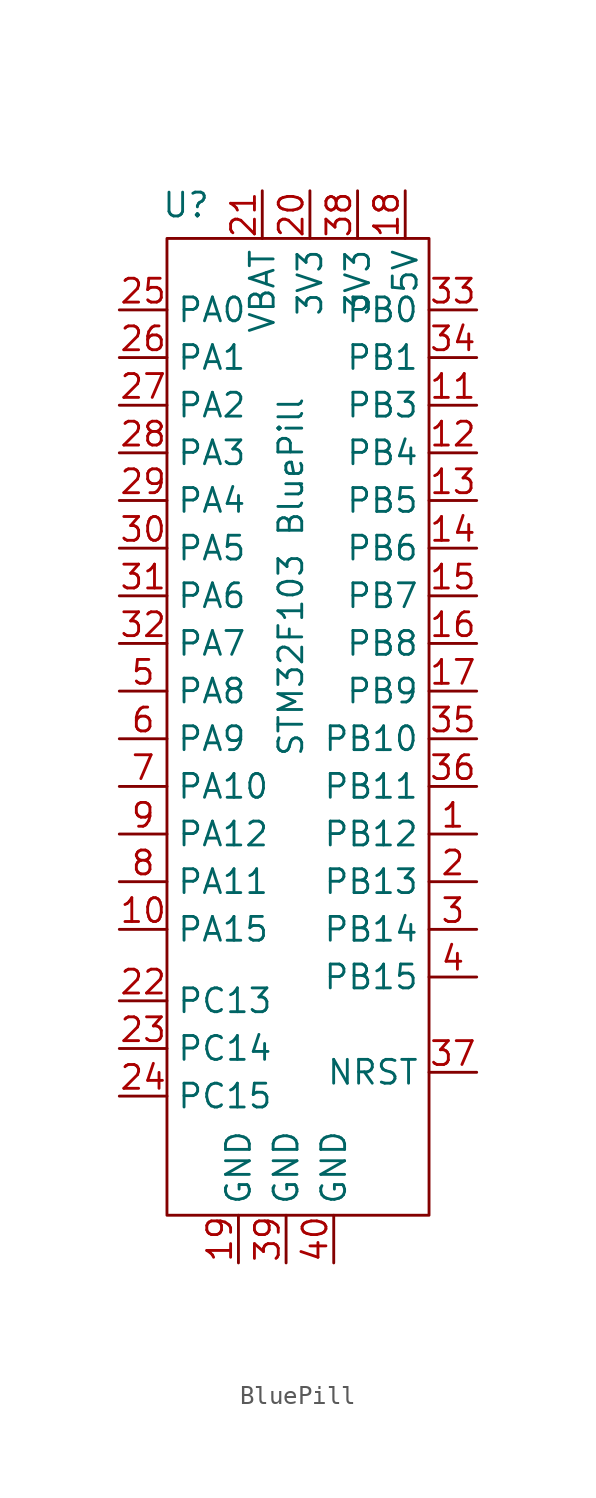
<source format=kicad_sym>
(kicad_symbol_lib
  (version 20231120)
  (generator "kicad_symbol_editor")
  (generator_version "8.0")
  (symbol "BluePill"
    (property "Reference" "U"
      (at -6.604 -0.762 0)
      (effects (font (size 1.27 1.27))))
    (property "Value" "STM32F103 BluePill"
      (at -1.016 -20.574 90)
      (effects (font (size 1.27 1.27))))
    (symbol "BluePill_0_1"
      (rectangle (start -7.62 -2.54) (end 6.35 -54.61) (stroke (width 0) (type default)) (fill (type none))))
    (symbol "BluePill_1_1"
      (pin bidirectional line (at 8.89 -34.29 180) (length 2.54) (name "PB12" (effects (font (size 1.27 1.27)))) (number "1" (effects (font (size 1.27 1.27)))))
      (pin bidirectional line (at -10.16 -39.37 0) (length 2.54) (name "PA15" (effects (font (size 1.27 1.27)))) (number "10" (effects (font (size 1.27 1.27)))))
      (pin bidirectional line (at 8.89 -11.43 180) (length 2.54) (name "PB3" (effects (font (size 1.27 1.27)))) (number "11" (effects (font (size 1.27 1.27)))))
      (pin bidirectional line (at 8.89 -13.97 180) (length 2.54) (name "PB4" (effects (font (size 1.27 1.27)))) (number "12" (effects (font (size 1.27 1.27)))))
      (pin bidirectional line (at 8.89 -16.51 180) (length 2.54) (name "PB5" (effects (font (size 1.27 1.27)))) (number "13" (effects (font (size 1.27 1.27)))))
      (pin bidirectional line (at 8.89 -19.05 180) (length 2.54) (name "PB6" (effects (font (size 1.27 1.27)))) (number "14" (effects (font (size 1.27 1.27)))))
      (pin bidirectional line (at 8.89 -21.59 180) (length 2.54) (name "PB7" (effects (font (size 1.27 1.27)))) (number "15" (effects (font (size 1.27 1.27)))))
      (pin bidirectional line (at 8.89 -24.13 180) (length 2.54) (name "PB8" (effects (font (size 1.27 1.27)))) (number "16" (effects (font (size 1.27 1.27)))))
      (pin bidirectional line (at 8.89 -26.67 180) (length 2.54) (name "PB9" (effects (font (size 1.27 1.27)))) (number "17" (effects (font (size 1.27 1.27)))))
      (pin input line (at 5.08 0 270) (length 2.54) (name "5V" (effects (font (size 1.27 1.27)))) (number "18" (effects (font (size 1.27 1.27)))))
      (pin power_in line (at -3.81 -57.15 90) (length 2.54) (name "GND" (effects (font (size 1.27 1.27)))) (number "19" (effects (font (size 1.27 1.27)))))
      (pin bidirectional line (at 8.89 -36.83 180) (length 2.54) (name "PB13" (effects (font (size 1.27 1.27)))) (number "2" (effects (font (size 1.27 1.27)))))
      (pin power_out line (at 0 0 270) (length 2.54) (name "3V3" (effects (font (size 1.27 1.27)))) (number "20" (effects (font (size 1.27 1.27)))))
      (pin power_in line (at -2.54 0 270) (length 2.54) (name "VBAT" (effects (font (size 1.27 1.27)))) (number "21" (effects (font (size 1.27 1.27)))))
      (pin bidirectional line (at -10.16 -43.18 0) (length 2.54) (name "PC13" (effects (font (size 1.27 1.27)))) (number "22" (effects (font (size 1.27 1.27)))))
      (pin bidirectional line (at -10.16 -45.72 0) (length 2.54) (name "PC14" (effects (font (size 1.27 1.27)))) (number "23" (effects (font (size 1.27 1.27)))))
      (pin bidirectional line (at -10.16 -48.26 0) (length 2.54) (name "PC15" (effects (font (size 1.27 1.27)))) (number "24" (effects (font (size 1.27 1.27)))))
      (pin bidirectional line (at -10.16 -6.35 0) (length 2.54) (name "PA0" (effects (font (size 1.27 1.27)))) (number "25" (effects (font (size 1.27 1.27)))))
      (pin bidirectional line (at -10.16 -8.89 0) (length 2.54) (name "PA1" (effects (font (size 1.27 1.27)))) (number "26" (effects (font (size 1.27 1.27)))))
      (pin bidirectional line (at -10.16 -11.43 0) (length 2.54) (name "PA2" (effects (font (size 1.27 1.27)))) (number "27" (effects (font (size 1.27 1.27)))))
      (pin bidirectional line (at -10.16 -13.97 0) (length 2.54) (name "PA3" (effects (font (size 1.27 1.27)))) (number "28" (effects (font (size 1.27 1.27)))))
      (pin bidirectional line (at -10.16 -16.51 0) (length 2.54) (name "PA4" (effects (font (size 1.27 1.27)))) (number "29" (effects (font (size 1.27 1.27)))))
      (pin bidirectional line (at 8.89 -39.37 180) (length 2.54) (name "PB14" (effects (font (size 1.27 1.27)))) (number "3" (effects (font (size 1.27 1.27)))))
      (pin bidirectional line (at -10.16 -19.05 0) (length 2.54) (name "PA5" (effects (font (size 1.27 1.27)))) (number "30" (effects (font (size 1.27 1.27)))))
      (pin bidirectional line (at -10.16 -21.59 0) (length 2.54) (name "PA6" (effects (font (size 1.27 1.27)))) (number "31" (effects (font (size 1.27 1.27)))))
      (pin bidirectional line (at -10.16 -24.13 0) (length 2.54) (name "PA7" (effects (font (size 1.27 1.27)))) (number "32" (effects (font (size 1.27 1.27)))))
      (pin bidirectional line (at 8.89 -6.35 180) (length 2.54) (name "PB0" (effects (font (size 1.27 1.27)))) (number "33" (effects (font (size 1.27 1.27)))))
      (pin bidirectional line (at 8.89 -8.89 180) (length 2.54) (name "PB1" (effects (font (size 1.27 1.27)))) (number "34" (effects (font (size 1.27 1.27)))))
      (pin bidirectional line (at 8.89 -29.21 180) (length 2.54) (name "PB10" (effects (font (size 1.27 1.27)))) (number "35" (effects (font (size 1.27 1.27)))))
      (pin bidirectional line (at 8.89 -31.75 180) (length 2.54) (name "PB11" (effects (font (size 1.27 1.27)))) (number "36" (effects (font (size 1.27 1.27)))))
      (pin input line (at 8.89 -46.99 180) (length 2.54) (name "NRST" (effects (font (size 1.27 1.27)))) (number "37" (effects (font (size 1.27 1.27)))))
      (pin power_out line (at 2.54 0 270) (length 2.54) (name "3V3" (effects (font (size 1.27 1.27)))) (number "38" (effects (font (size 1.27 1.27)))))
      (pin power_in line (at -1.27 -57.15 90) (length 2.54) (name "GND" (effects (font (size 1.27 1.27)))) (number "39" (effects (font (size 1.27 1.27)))))
      (pin bidirectional line (at 8.89 -41.91 180) (length 2.54) (name "PB15" (effects (font (size 1.27 1.27)))) (number "4" (effects (font (size 1.27 1.27)))))
      (pin power_in line (at 1.27 -57.15 90) (length 2.54) (name "GND" (effects (font (size 1.27 1.27)))) (number "40" (effects (font (size 1.27 1.27)))))
      (pin bidirectional line (at -10.16 -26.67 0) (length 2.54) (name "PA8" (effects (font (size 1.27 1.27)))) (number "5" (effects (font (size 1.27 1.27)))))
      (pin bidirectional line (at -10.16 -29.21 0) (length 2.54) (name "PA9" (effects (font (size 1.27 1.27)))) (number "6" (effects (font (size 1.27 1.27)))))
      (pin bidirectional line (at -10.16 -31.75 0) (length 2.54) (name "PA10" (effects (font (size 1.27 1.27)))) (number "7" (effects (font (size 1.27 1.27)))))
      (pin bidirectional line (at -10.16 -36.83 0) (length 2.54) (name "PA11" (effects (font (size 1.27 1.27)))) (number "8" (effects (font (size 1.27 1.27)))))
      (pin bidirectional line (at -10.16 -34.29 0) (length 2.54) (name "PA12" (effects (font (size 1.27 1.27)))) (number "9" (effects (font (size 1.27 1.27))))))))
</source>
